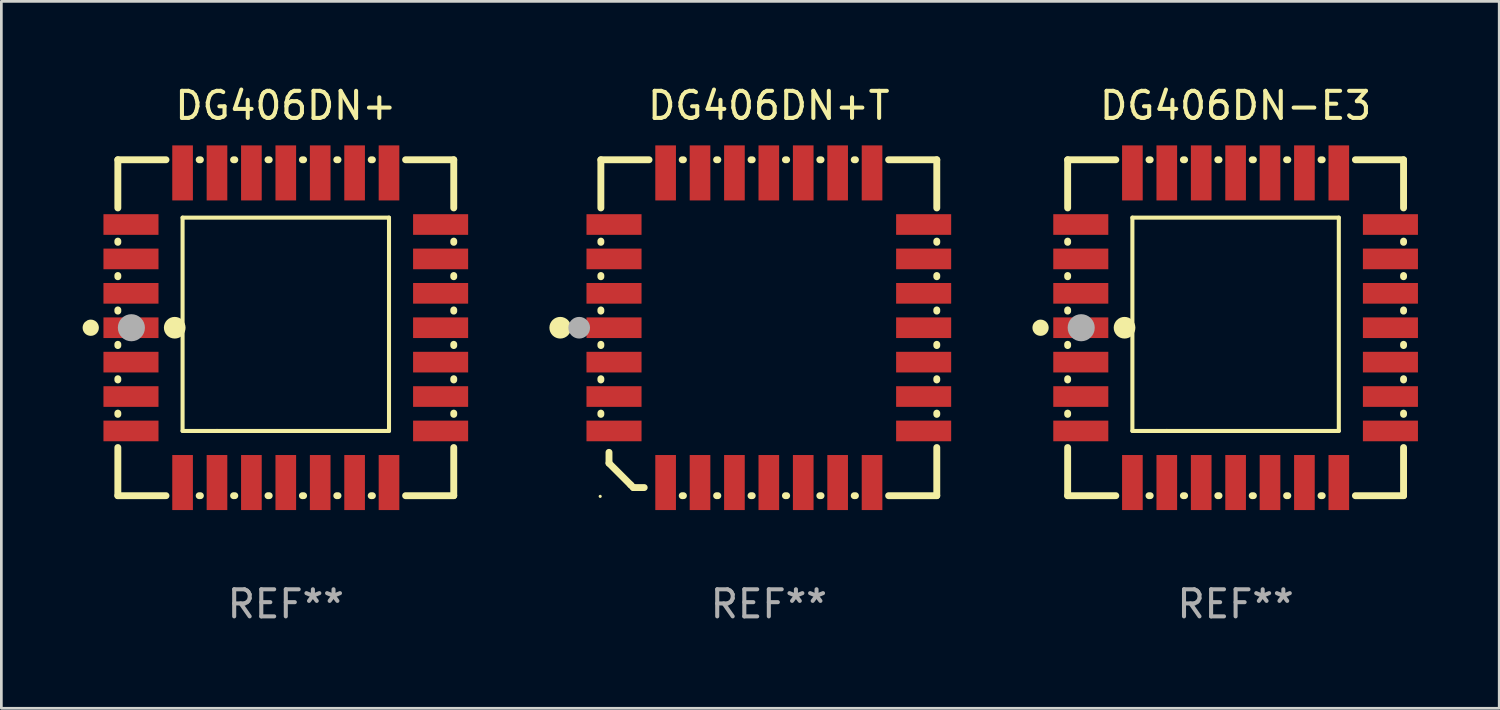
<source format=kicad_pcb>
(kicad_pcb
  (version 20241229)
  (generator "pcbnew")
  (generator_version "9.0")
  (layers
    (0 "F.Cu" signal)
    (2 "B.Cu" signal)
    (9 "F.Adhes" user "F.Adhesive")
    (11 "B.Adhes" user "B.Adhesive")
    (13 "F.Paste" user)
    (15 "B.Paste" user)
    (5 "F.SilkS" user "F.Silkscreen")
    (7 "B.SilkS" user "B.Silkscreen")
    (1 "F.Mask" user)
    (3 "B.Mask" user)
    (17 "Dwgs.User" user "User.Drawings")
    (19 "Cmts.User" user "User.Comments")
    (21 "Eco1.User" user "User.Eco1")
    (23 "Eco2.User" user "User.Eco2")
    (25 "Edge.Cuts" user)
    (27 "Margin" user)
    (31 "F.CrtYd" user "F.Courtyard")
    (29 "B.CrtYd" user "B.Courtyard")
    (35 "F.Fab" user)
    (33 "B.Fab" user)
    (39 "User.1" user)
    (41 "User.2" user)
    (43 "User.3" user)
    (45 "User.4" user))
  (footprint "DG406DN-E3"
    (layer "F.Cu")
    (at 42.562 9.048)
    (property "Reference" "DG406DN-E3" (at 0 -8.2 0) (layer "F.SilkS") (effects (font (size 1 1) (thickness 0.15))))
    (attr through_hole)
    (fp_line (start -6.2 -6.2) (end -4.422 -6.2) (stroke (width 0.254) (type solid)) (layer "F.SilkS"))
    (fp_line (start -6.2 -4.422) (end -6.2 -6.2) (stroke (width 0.254) (type solid)) (layer "F.SilkS"))
    (fp_line (start -6.2 -3.152) (end -6.2 -3.198) (stroke (width 0.254) (type solid)) (layer "F.SilkS"))
    (fp_line (start -6.2 -1.882) (end -6.2 -1.928) (stroke (width 0.254) (type solid)) (layer "F.SilkS"))
    (fp_line (start -6.2 -0.612) (end -6.2 -0.658) (stroke (width 0.254) (type solid)) (layer "F.SilkS"))
    (fp_line (start -6.2 0.658) (end -6.2 0.612) (stroke (width 0.254) (type solid)) (layer "F.SilkS"))
    (fp_line (start -6.2 1.928) (end -6.2 1.882) (stroke (width 0.254) (type solid)) (layer "F.SilkS"))
    (fp_line (start -6.2 3.198) (end -6.2 3.152) (stroke (width 0.254) (type solid)) (layer "F.SilkS"))
    (fp_line (start -6.2 6.2) (end -6.2 4.422) (stroke (width 0.254) (type solid)) (layer "F.SilkS"))
    (fp_line (start -4.422 6.2) (end -6.2 6.2) (stroke (width 0.254) (type solid)) (layer "F.SilkS"))
    (fp_line (start -3.81 -4.064) (end 3.81 -4.064) (stroke (width 0.15) (type solid)) (layer "F.SilkS"))
    (fp_line (start -3.81 3.81) (end -3.81 -4.064) (stroke (width 0.15) (type solid)) (layer "F.SilkS"))
    (fp_line (start -3.198 -6.2) (end -3.152 -6.2) (stroke (width 0.254) (type solid)) (layer "F.SilkS"))
    (fp_line (start -3.152 6.2) (end -3.198 6.2) (stroke (width 0.254) (type solid)) (layer "F.SilkS"))
    (fp_line (start -2.54 3.81) (end -3.81 3.81) (stroke (width 0.15) (type solid)) (layer "F.SilkS"))
    (fp_line (start -1.928 -6.2) (end -1.882 -6.2) (stroke (width 0.254) (type solid)) (layer "F.SilkS"))
    (fp_line (start -1.882 6.2) (end -1.928 6.2) (stroke (width 0.254) (type solid)) (layer "F.SilkS"))
    (fp_line (start -0.658 -6.2) (end -0.612 -6.2) (stroke (width 0.254) (type solid)) (layer "F.SilkS"))
    (fp_line (start -0.612 6.2) (end -0.658 6.2) (stroke (width 0.254) (type solid)) (layer "F.SilkS"))
    (fp_line (start 0.612 -6.2) (end 0.658 -6.2) (stroke (width 0.254) (type solid)) (layer "F.SilkS"))
    (fp_line (start 0.658 6.2) (end 0.612 6.2) (stroke (width 0.254) (type solid)) (layer "F.SilkS"))
    (fp_line (start 1.882 -6.2) (end 1.928 -6.2) (stroke (width 0.254) (type solid)) (layer "F.SilkS"))
    (fp_line (start 1.928 6.2) (end 1.882 6.2) (stroke (width 0.254) (type solid)) (layer "F.SilkS"))
    (fp_line (start 3.152 -6.2) (end 3.198 -6.2) (stroke (width 0.254) (type solid)) (layer "F.SilkS"))
    (fp_line (start 3.198 6.2) (end 3.152 6.2) (stroke (width 0.254) (type solid)) (layer "F.SilkS"))
    (fp_line (start 3.81 -4.064) (end 3.81 3.81) (stroke (width 0.15) (type solid)) (layer "F.SilkS"))
    (fp_line (start 3.81 3.81) (end -2.54 3.81) (stroke (width 0.15) (type solid)) (layer "F.SilkS"))
    (fp_line (start 4.422 -6.2) (end 6.2 -6.2) (stroke (width 0.254) (type solid)) (layer "F.SilkS"))
    (fp_line (start 6.2 -6.2) (end 6.2 -4.422) (stroke (width 0.254) (type solid)) (layer "F.SilkS"))
    (fp_line (start 6.2 -3.198) (end 6.2 -3.152) (stroke (width 0.254) (type solid)) (layer "F.SilkS"))
    (fp_line (start 6.2 -1.928) (end 6.2 -1.882) (stroke (width 0.254) (type solid)) (layer "F.SilkS"))
    (fp_line (start 6.2 -0.658) (end 6.2 -0.612) (stroke (width 0.254) (type solid)) (layer "F.SilkS"))
    (fp_line (start 6.2 0.612) (end 6.2 0.658) (stroke (width 0.254) (type solid)) (layer "F.SilkS"))
    (fp_line (start 6.2 1.882) (end 6.2 1.928) (stroke (width 0.254) (type solid)) (layer "F.SilkS"))
    (fp_line (start 6.2 3.152) (end 6.2 3.198) (stroke (width 0.254) (type solid)) (layer "F.SilkS"))
    (fp_line (start 6.2 4.422) (end 6.2 6.2) (stroke (width 0.254) (type solid)) (layer "F.SilkS"))
    (fp_line (start 6.2 6.2) (end 4.422 6.2) (stroke (width 0.254) (type solid)) (layer "F.SilkS"))
    (fp_circle (center -7.2 0) (end -7.05 0) (stroke (width 0.3) (type solid)) (fill no) (layer "F.SilkS"))
    (fp_circle (center -6.223 6.223) (end -6.193 6.223) (stroke (width 0.06) (type solid)) (fill no) (layer "F.SilkS"))
    (fp_circle (center -4.1 0) (end -3.9 0) (stroke (width 0.4) (type solid)) (fill no) (layer "F.SilkS"))
    (fp_circle (center -5.7 0) (end -5.45 0) (stroke (width 0.5) (type solid)) (fill no) (layer "F.Fab"))
    (fp_text user "REF**" (at 0 10.2 0) (layer "F.Fab") (effects (font (size 1 1) (thickness 0.15))))
    (pad "1" smd rect (at -5.715 0) (size 2.032 0.762) (layers "F.Cu" "F.Mask" "F.Paste"))
    (pad "2" smd rect (at -5.715 1.27) (size 2.032 0.762) (layers "F.Cu" "F.Mask" "F.Paste"))
    (pad "3" smd rect (at -5.715 2.54) (size 2.032 0.762) (layers "F.Cu" "F.Mask" "F.Paste"))
    (pad "4" smd rect (at -5.715 3.81) (size 2.032 0.762) (layers "F.Cu" "F.Mask" "F.Paste"))
    (pad "5" smd rect (at -3.81 5.715) (size 0.762 2.032) (layers "F.Cu" "F.Mask" "F.Paste"))
    (pad "6" smd rect (at -2.54 5.715) (size 0.762 2.032) (layers "F.Cu" "F.Mask" "F.Paste"))
    (pad "7" smd rect (at -1.27 5.715) (size 0.762 2.032) (layers "F.Cu" "F.Mask" "F.Paste"))
    (pad "8" smd rect (at 0 5.715) (size 0.762 2.032) (layers "F.Cu" "F.Mask" "F.Paste"))
    (pad "9" smd rect (at 1.27 5.715) (size 0.762 2.032) (layers "F.Cu" "F.Mask" "F.Paste"))
    (pad "10" smd rect (at 2.54 5.715) (size 0.762 2.032) (layers "F.Cu" "F.Mask" "F.Paste"))
    (pad "11" smd rect (at 3.81 5.715) (size 0.762 2.032) (layers "F.Cu" "F.Mask" "F.Paste"))
    (pad "12" smd rect (at 5.715 3.81) (size 2.032 0.762) (layers "F.Cu" "F.Mask" "F.Paste"))
    (pad "13" smd rect (at 5.715 2.54) (size 2.032 0.762) (layers "F.Cu" "F.Mask" "F.Paste"))
    (pad "14" smd rect (at 5.715 1.27) (size 2.032 0.762) (layers "F.Cu" "F.Mask" "F.Paste"))
    (pad "15" smd rect (at 5.715 0) (size 2.032 0.762) (layers "F.Cu" "F.Mask" "F.Paste"))
    (pad "16" smd rect (at 5.715 -1.27) (size 2.032 0.762) (layers "F.Cu" "F.Mask" "F.Paste"))
    (pad "17" smd rect (at 5.715 -2.54) (size 2.032 0.762) (layers "F.Cu" "F.Mask" "F.Paste"))
    (pad "18" smd rect (at 5.715 -3.81) (size 2.032 0.762) (layers "F.Cu" "F.Mask" "F.Paste"))
    (pad "19" smd rect (at 3.81 -5.715) (size 0.762 2.032) (layers "F.Cu" "F.Mask" "F.Paste"))
    (pad "20" smd rect (at 2.54 -5.715) (size 0.762 2.032) (layers "F.Cu" "F.Mask" "F.Paste"))
    (pad "21" smd rect (at 1.27 -5.715) (size 0.762 2.032) (layers "F.Cu" "F.Mask" "F.Paste"))
    (pad "22" smd rect (at 0 -5.715) (size 0.762 2.032) (layers "F.Cu" "F.Mask" "F.Paste"))
    (pad "23" smd rect (at -1.27 -5.715) (size 0.762 2.032) (layers "F.Cu" "F.Mask" "F.Paste"))
    (pad "24" smd rect (at -2.54 -5.715) (size 0.762 2.032) (layers "F.Cu" "F.Mask" "F.Paste"))
    (pad "25" smd rect (at -3.81 -5.715) (size 0.762 2.032) (layers "F.Cu" "F.Mask" "F.Paste"))
    (pad "26" smd rect (at -5.715 -3.81) (size 2.032 0.762) (layers "F.Cu" "F.Mask" "F.Paste"))
    (pad "27" smd rect (at -5.715 -2.54) (size 2.032 0.762) (layers "F.Cu" "F.Mask" "F.Paste"))
    (pad "28" smd rect (at -5.715 -1.27) (size 2.032 0.762) (layers "F.Cu" "F.Mask" "F.Paste")))
  (footprint "DG406DN+T"
    (layer "F.Cu")
    (at 25.331 9.048)
    (property "Reference" "DG406DN+T" (at 0 -8.2 0) (layer "F.SilkS") (effects (font (size 1 1) (thickness 0.15))))
    (attr through_hole)
    (fp_line (start -6.2 -6.2) (end -4.422 -6.2) (stroke (width 0.254) (type solid)) (layer "F.SilkS"))
    (fp_line (start -6.2 -4.422) (end -6.2 -6.2) (stroke (width 0.254) (type solid)) (layer "F.SilkS"))
    (fp_line (start -6.2 -3.152) (end -6.2 -3.198) (stroke (width 0.254) (type solid)) (layer "F.SilkS"))
    (fp_line (start -6.2 -1.882) (end -6.2 -1.928) (stroke (width 0.254) (type solid)) (layer "F.SilkS"))
    (fp_line (start -6.2 -0.612) (end -6.2 -0.658) (stroke (width 0.254) (type solid)) (layer "F.SilkS"))
    (fp_line (start -6.2 0.658) (end -6.2 0.612) (stroke (width 0.254) (type solid)) (layer "F.SilkS"))
    (fp_line (start -6.2 1.928) (end -6.2 1.882) (stroke (width 0.254) (type solid)) (layer "F.SilkS"))
    (fp_line (start -6.2 3.198) (end -6.2 3.152) (stroke (width 0.254) (type solid)) (layer "F.SilkS"))
    (fp_line (start -5.9 4.6) (end -5.9 5) (stroke (width 0.254) (type solid)) (layer "F.SilkS"))
    (fp_line (start -5.9 5) (end -5.1 5.8) (stroke (width 0.254) (type solid)) (layer "F.SilkS"))
    (fp_line (start -5.1 5.8) (end -5 5.9) (stroke (width 0.254) (type solid)) (layer "F.SilkS"))
    (fp_line (start -5 5.9) (end -4.6 5.9) (stroke (width 0.254) (type solid)) (layer "F.SilkS"))
    (fp_line (start -3.198 -6.2) (end -3.152 -6.2) (stroke (width 0.254) (type solid)) (layer "F.SilkS"))
    (fp_line (start -3.152 6.2) (end -3.198 6.2) (stroke (width 0.254) (type solid)) (layer "F.SilkS"))
    (fp_line (start -1.928 -6.2) (end -1.882 -6.2) (stroke (width 0.254) (type solid)) (layer "F.SilkS"))
    (fp_line (start -1.882 6.2) (end -1.928 6.2) (stroke (width 0.254) (type solid)) (layer "F.SilkS"))
    (fp_line (start -0.658 -6.2) (end -0.612 -6.2) (stroke (width 0.254) (type solid)) (layer "F.SilkS"))
    (fp_line (start -0.612 6.2) (end -0.658 6.2) (stroke (width 0.254) (type solid)) (layer "F.SilkS"))
    (fp_line (start 0.612 -6.2) (end 0.658 -6.2) (stroke (width 0.254) (type solid)) (layer "F.SilkS"))
    (fp_line (start 0.658 6.2) (end 0.612 6.2) (stroke (width 0.254) (type solid)) (layer "F.SilkS"))
    (fp_line (start 1.882 -6.2) (end 1.928 -6.2) (stroke (width 0.254) (type solid)) (layer "F.SilkS"))
    (fp_line (start 1.928 6.2) (end 1.882 6.2) (stroke (width 0.254) (type solid)) (layer "F.SilkS"))
    (fp_line (start 3.152 -6.2) (end 3.198 -6.2) (stroke (width 0.254) (type solid)) (layer "F.SilkS"))
    (fp_line (start 3.198 6.2) (end 3.152 6.2) (stroke (width 0.254) (type solid)) (layer "F.SilkS"))
    (fp_line (start 4.422 -6.2) (end 6.2 -6.2) (stroke (width 0.254) (type solid)) (layer "F.SilkS"))
    (fp_line (start 6.2 -6.2) (end 6.2 -4.422) (stroke (width 0.254) (type solid)) (layer "F.SilkS"))
    (fp_line (start 6.2 -3.198) (end 6.2 -3.152) (stroke (width 0.254) (type solid)) (layer "F.SilkS"))
    (fp_line (start 6.2 -1.928) (end 6.2 -1.882) (stroke (width 0.254) (type solid)) (layer "F.SilkS"))
    (fp_line (start 6.2 -0.658) (end 6.2 -0.612) (stroke (width 0.254) (type solid)) (layer "F.SilkS"))
    (fp_line (start 6.2 0.612) (end 6.2 0.658) (stroke (width 0.254) (type solid)) (layer "F.SilkS"))
    (fp_line (start 6.2 1.882) (end 6.2 1.928) (stroke (width 0.254) (type solid)) (layer "F.SilkS"))
    (fp_line (start 6.2 3.152) (end 6.2 3.198) (stroke (width 0.254) (type solid)) (layer "F.SilkS"))
    (fp_line (start 6.2 4.422) (end 6.2 6.2) (stroke (width 0.254) (type solid)) (layer "F.SilkS"))
    (fp_line (start 6.2 6.2) (end 4.422 6.2) (stroke (width 0.254) (type solid)) (layer "F.SilkS"))
    (fp_circle (center -7.7 0) (end -7.5 0) (stroke (width 0.4) (type solid)) (fill no) (layer "F.SilkS"))
    (fp_circle (center -6.225 6.225) (end -6.195 6.225) (stroke (width 0.06) (type solid)) (fill no) (layer "F.SilkS"))
    (fp_circle (center -7 0) (end -6.8 0) (stroke (width 0.4) (type solid)) (fill no) (layer "F.Fab"))
    (fp_text user "REF**" (at 0 10.2 0) (layer "F.Fab") (effects (font (size 1 1) (thickness 0.15))))
    (pad "1" smd rect (at -5.715 0) (size 2.032 0.762) (layers "F.Cu" "F.Mask" "F.Paste"))
    (pad "2" smd rect (at -5.715 1.27) (size 2.032 0.762) (layers "F.Cu" "F.Mask" "F.Paste"))
    (pad "3" smd rect (at -5.715 2.54) (size 2.032 0.762) (layers "F.Cu" "F.Mask" "F.Paste"))
    (pad "4" smd rect (at -5.715 3.81) (size 2.032 0.762) (layers "F.Cu" "F.Mask" "F.Paste"))
    (pad "5" smd rect (at -3.81 5.715) (size 0.762 2.032) (layers "F.Cu" "F.Mask" "F.Paste"))
    (pad "6" smd rect (at -2.54 5.715) (size 0.762 2.032) (layers "F.Cu" "F.Mask" "F.Paste"))
    (pad "7" smd rect (at -1.27 5.715) (size 0.762 2.032) (layers "F.Cu" "F.Mask" "F.Paste"))
    (pad "8" smd rect (at 0 5.715) (size 0.762 2.032) (layers "F.Cu" "F.Mask" "F.Paste"))
    (pad "9" smd rect (at 1.27 5.715) (size 0.762 2.032) (layers "F.Cu" "F.Mask" "F.Paste"))
    (pad "10" smd rect (at 2.54 5.715) (size 0.762 2.032) (layers "F.Cu" "F.Mask" "F.Paste"))
    (pad "11" smd rect (at 3.81 5.715) (size 0.762 2.032) (layers "F.Cu" "F.Mask" "F.Paste"))
    (pad "12" smd rect (at 5.715 3.81) (size 2.032 0.762) (layers "F.Cu" "F.Mask" "F.Paste"))
    (pad "13" smd rect (at 5.715 2.54) (size 2.032 0.762) (layers "F.Cu" "F.Mask" "F.Paste"))
    (pad "14" smd rect (at 5.715 1.27) (size 2.032 0.762) (layers "F.Cu" "F.Mask" "F.Paste"))
    (pad "15" smd rect (at 5.715 0) (size 2.032 0.762) (layers "F.Cu" "F.Mask" "F.Paste"))
    (pad "16" smd rect (at 5.715 -1.27) (size 2.032 0.762) (layers "F.Cu" "F.Mask" "F.Paste"))
    (pad "17" smd rect (at 5.715 -2.54) (size 2.032 0.762) (layers "F.Cu" "F.Mask" "F.Paste"))
    (pad "18" smd rect (at 5.715 -3.81) (size 2.032 0.762) (layers "F.Cu" "F.Mask" "F.Paste"))
    (pad "19" smd rect (at 3.81 -5.715) (size 0.762 2.032) (layers "F.Cu" "F.Mask" "F.Paste"))
    (pad "20" smd rect (at 2.54 -5.715) (size 0.762 2.032) (layers "F.Cu" "F.Mask" "F.Paste"))
    (pad "21" smd rect (at 1.27 -5.715) (size 0.762 2.032) (layers "F.Cu" "F.Mask" "F.Paste"))
    (pad "22" smd rect (at 0 -5.715) (size 0.762 2.032) (layers "F.Cu" "F.Mask" "F.Paste"))
    (pad "23" smd rect (at -1.27 -5.715) (size 0.762 2.032) (layers "F.Cu" "F.Mask" "F.Paste"))
    (pad "24" smd rect (at -2.54 -5.715) (size 0.762 2.032) (layers "F.Cu" "F.Mask" "F.Paste"))
    (pad "25" smd rect (at -3.81 -5.715) (size 0.762 2.032) (layers "F.Cu" "F.Mask" "F.Paste"))
    (pad "26" smd rect (at -5.715 -3.81) (size 2.032 0.762) (layers "F.Cu" "F.Mask" "F.Paste"))
    (pad "27" smd rect (at -5.715 -2.54) (size 2.032 0.762) (layers "F.Cu" "F.Mask" "F.Paste"))
    (pad "28" smd rect (at -5.715 -1.27) (size 2.032 0.762) (layers "F.Cu" "F.Mask" "F.Paste")))
  (footprint "DG406DN+"
    (layer "F.Cu")
    (at 7.5 9.048)
    (property "Reference" "DG406DN+" (at 0 -8.2 0) (layer "F.SilkS") (effects (font (size 1 1) (thickness 0.15))))
    (attr through_hole)
    (fp_line (start -6.2 -6.2) (end -4.422 -6.2) (stroke (width 0.254) (type solid)) (layer "F.SilkS"))
    (fp_line (start -6.2 -4.422) (end -6.2 -6.2) (stroke (width 0.254) (type solid)) (layer "F.SilkS"))
    (fp_line (start -6.2 -3.152) (end -6.2 -3.198) (stroke (width 0.254) (type solid)) (layer "F.SilkS"))
    (fp_line (start -6.2 -1.882) (end -6.2 -1.928) (stroke (width 0.254) (type solid)) (layer "F.SilkS"))
    (fp_line (start -6.2 -0.612) (end -6.2 -0.658) (stroke (width 0.254) (type solid)) (layer "F.SilkS"))
    (fp_line (start -6.2 0.658) (end -6.2 0.612) (stroke (width 0.254) (type solid)) (layer "F.SilkS"))
    (fp_line (start -6.2 1.928) (end -6.2 1.882) (stroke (width 0.254) (type solid)) (layer "F.SilkS"))
    (fp_line (start -6.2 3.198) (end -6.2 3.152) (stroke (width 0.254) (type solid)) (layer "F.SilkS"))
    (fp_line (start -6.2 6.2) (end -6.2 4.422) (stroke (width 0.254) (type solid)) (layer "F.SilkS"))
    (fp_line (start -4.422 6.2) (end -6.2 6.2) (stroke (width 0.254) (type solid)) (layer "F.SilkS"))
    (fp_line (start -3.81 -4.064) (end 3.81 -4.064) (stroke (width 0.15) (type solid)) (layer "F.SilkS"))
    (fp_line (start -3.81 3.81) (end -3.81 -4.064) (stroke (width 0.15) (type solid)) (layer "F.SilkS"))
    (fp_line (start -3.198 -6.2) (end -3.152 -6.2) (stroke (width 0.254) (type solid)) (layer "F.SilkS"))
    (fp_line (start -3.152 6.2) (end -3.198 6.2) (stroke (width 0.254) (type solid)) (layer "F.SilkS"))
    (fp_line (start -2.54 3.81) (end -3.81 3.81) (stroke (width 0.15) (type solid)) (layer "F.SilkS"))
    (fp_line (start -1.928 -6.2) (end -1.882 -6.2) (stroke (width 0.254) (type solid)) (layer "F.SilkS"))
    (fp_line (start -1.882 6.2) (end -1.928 6.2) (stroke (width 0.254) (type solid)) (layer "F.SilkS"))
    (fp_line (start -0.658 -6.2) (end -0.612 -6.2) (stroke (width 0.254) (type solid)) (layer "F.SilkS"))
    (fp_line (start -0.612 6.2) (end -0.658 6.2) (stroke (width 0.254) (type solid)) (layer "F.SilkS"))
    (fp_line (start 0.612 -6.2) (end 0.658 -6.2) (stroke (width 0.254) (type solid)) (layer "F.SilkS"))
    (fp_line (start 0.658 6.2) (end 0.612 6.2) (stroke (width 0.254) (type solid)) (layer "F.SilkS"))
    (fp_line (start 1.882 -6.2) (end 1.928 -6.2) (stroke (width 0.254) (type solid)) (layer "F.SilkS"))
    (fp_line (start 1.928 6.2) (end 1.882 6.2) (stroke (width 0.254) (type solid)) (layer "F.SilkS"))
    (fp_line (start 3.152 -6.2) (end 3.198 -6.2) (stroke (width 0.254) (type solid)) (layer "F.SilkS"))
    (fp_line (start 3.198 6.2) (end 3.152 6.2) (stroke (width 0.254) (type solid)) (layer "F.SilkS"))
    (fp_line (start 3.81 -4.064) (end 3.81 3.81) (stroke (width 0.15) (type solid)) (layer "F.SilkS"))
    (fp_line (start 3.81 3.81) (end -2.54 3.81) (stroke (width 0.15) (type solid)) (layer "F.SilkS"))
    (fp_line (start 4.422 -6.2) (end 6.2 -6.2) (stroke (width 0.254) (type solid)) (layer "F.SilkS"))
    (fp_line (start 6.2 -6.2) (end 6.2 -4.422) (stroke (width 0.254) (type solid)) (layer "F.SilkS"))
    (fp_line (start 6.2 -3.198) (end 6.2 -3.152) (stroke (width 0.254) (type solid)) (layer "F.SilkS"))
    (fp_line (start 6.2 -1.928) (end 6.2 -1.882) (stroke (width 0.254) (type solid)) (layer "F.SilkS"))
    (fp_line (start 6.2 -0.658) (end 6.2 -0.612) (stroke (width 0.254) (type solid)) (layer "F.SilkS"))
    (fp_line (start 6.2 0.612) (end 6.2 0.658) (stroke (width 0.254) (type solid)) (layer "F.SilkS"))
    (fp_line (start 6.2 1.882) (end 6.2 1.928) (stroke (width 0.254) (type solid)) (layer "F.SilkS"))
    (fp_line (start 6.2 3.152) (end 6.2 3.198) (stroke (width 0.254) (type solid)) (layer "F.SilkS"))
    (fp_line (start 6.2 4.422) (end 6.2 6.2) (stroke (width 0.254) (type solid)) (layer "F.SilkS"))
    (fp_line (start 6.2 6.2) (end 4.422 6.2) (stroke (width 0.254) (type solid)) (layer "F.SilkS"))
    (fp_circle (center -7.2 0) (end -7.05 0) (stroke (width 0.3) (type solid)) (fill no) (layer "F.SilkS"))
    (fp_circle (center -6.223 6.223) (end -6.193 6.223) (stroke (width 0.06) (type solid)) (fill no) (layer "F.SilkS"))
    (fp_circle (center -4.1 0) (end -3.9 0) (stroke (width 0.4) (type solid)) (fill no) (layer "F.SilkS"))
    (fp_circle (center -5.7 0) (end -5.45 0) (stroke (width 0.5) (type solid)) (fill no) (layer "F.Fab"))
    (fp_text user "REF**" (at 0 10.2 0) (layer "F.Fab") (effects (font (size 1 1) (thickness 0.15))))
    (pad "1" smd rect (at -5.715 0) (size 2.032 0.762) (layers "F.Cu" "F.Mask" "F.Paste"))
    (pad "2" smd rect (at -5.715 1.27) (size 2.032 0.762) (layers "F.Cu" "F.Mask" "F.Paste"))
    (pad "3" smd rect (at -5.715 2.54) (size 2.032 0.762) (layers "F.Cu" "F.Mask" "F.Paste"))
    (pad "4" smd rect (at -5.715 3.81) (size 2.032 0.762) (layers "F.Cu" "F.Mask" "F.Paste"))
    (pad "5" smd rect (at -3.81 5.715) (size 0.762 2.032) (layers "F.Cu" "F.Mask" "F.Paste"))
    (pad "6" smd rect (at -2.54 5.715) (size 0.762 2.032) (layers "F.Cu" "F.Mask" "F.Paste"))
    (pad "7" smd rect (at -1.27 5.715) (size 0.762 2.032) (layers "F.Cu" "F.Mask" "F.Paste"))
    (pad "8" smd rect (at 0 5.715) (size 0.762 2.032) (layers "F.Cu" "F.Mask" "F.Paste"))
    (pad "9" smd rect (at 1.27 5.715) (size 0.762 2.032) (layers "F.Cu" "F.Mask" "F.Paste"))
    (pad "10" smd rect (at 2.54 5.715) (size 0.762 2.032) (layers "F.Cu" "F.Mask" "F.Paste"))
    (pad "11" smd rect (at 3.81 5.715) (size 0.762 2.032) (layers "F.Cu" "F.Mask" "F.Paste"))
    (pad "12" smd rect (at 5.715 3.81) (size 2.032 0.762) (layers "F.Cu" "F.Mask" "F.Paste"))
    (pad "13" smd rect (at 5.715 2.54) (size 2.032 0.762) (layers "F.Cu" "F.Mask" "F.Paste"))
    (pad "14" smd rect (at 5.715 1.27) (size 2.032 0.762) (layers "F.Cu" "F.Mask" "F.Paste"))
    (pad "15" smd rect (at 5.715 0) (size 2.032 0.762) (layers "F.Cu" "F.Mask" "F.Paste"))
    (pad "16" smd rect (at 5.715 -1.27) (size 2.032 0.762) (layers "F.Cu" "F.Mask" "F.Paste"))
    (pad "17" smd rect (at 5.715 -2.54) (size 2.032 0.762) (layers "F.Cu" "F.Mask" "F.Paste"))
    (pad "18" smd rect (at 5.715 -3.81) (size 2.032 0.762) (layers "F.Cu" "F.Mask" "F.Paste"))
    (pad "19" smd rect (at 3.81 -5.715) (size 0.762 2.032) (layers "F.Cu" "F.Mask" "F.Paste"))
    (pad "20" smd rect (at 2.54 -5.715) (size 0.762 2.032) (layers "F.Cu" "F.Mask" "F.Paste"))
    (pad "21" smd rect (at 1.27 -5.715) (size 0.762 2.032) (layers "F.Cu" "F.Mask" "F.Paste"))
    (pad "22" smd rect (at 0 -5.715) (size 0.762 2.032) (layers "F.Cu" "F.Mask" "F.Paste"))
    (pad "23" smd rect (at -1.27 -5.715) (size 0.762 2.032) (layers "F.Cu" "F.Mask" "F.Paste"))
    (pad "24" smd rect (at -2.54 -5.715) (size 0.762 2.032) (layers "F.Cu" "F.Mask" "F.Paste"))
    (pad "25" smd rect (at -3.81 -5.715) (size 0.762 2.032) (layers "F.Cu" "F.Mask" "F.Paste"))
    (pad "26" smd rect (at -5.715 -3.81) (size 2.032 0.762) (layers "F.Cu" "F.Mask" "F.Paste"))
    (pad "27" smd rect (at -5.715 -2.54) (size 2.032 0.762) (layers "F.Cu" "F.Mask" "F.Paste"))
    (pad "28" smd rect (at -5.715 -1.27) (size 2.032 0.762) (layers "F.Cu" "F.Mask" "F.Paste")))
  (gr_rect
    (start -3 -3)
    (end 52.293 23.096)
    (stroke (width 0.1) (type default))
    (fill no)
    (layer "Edge.Cuts")))
</source>
